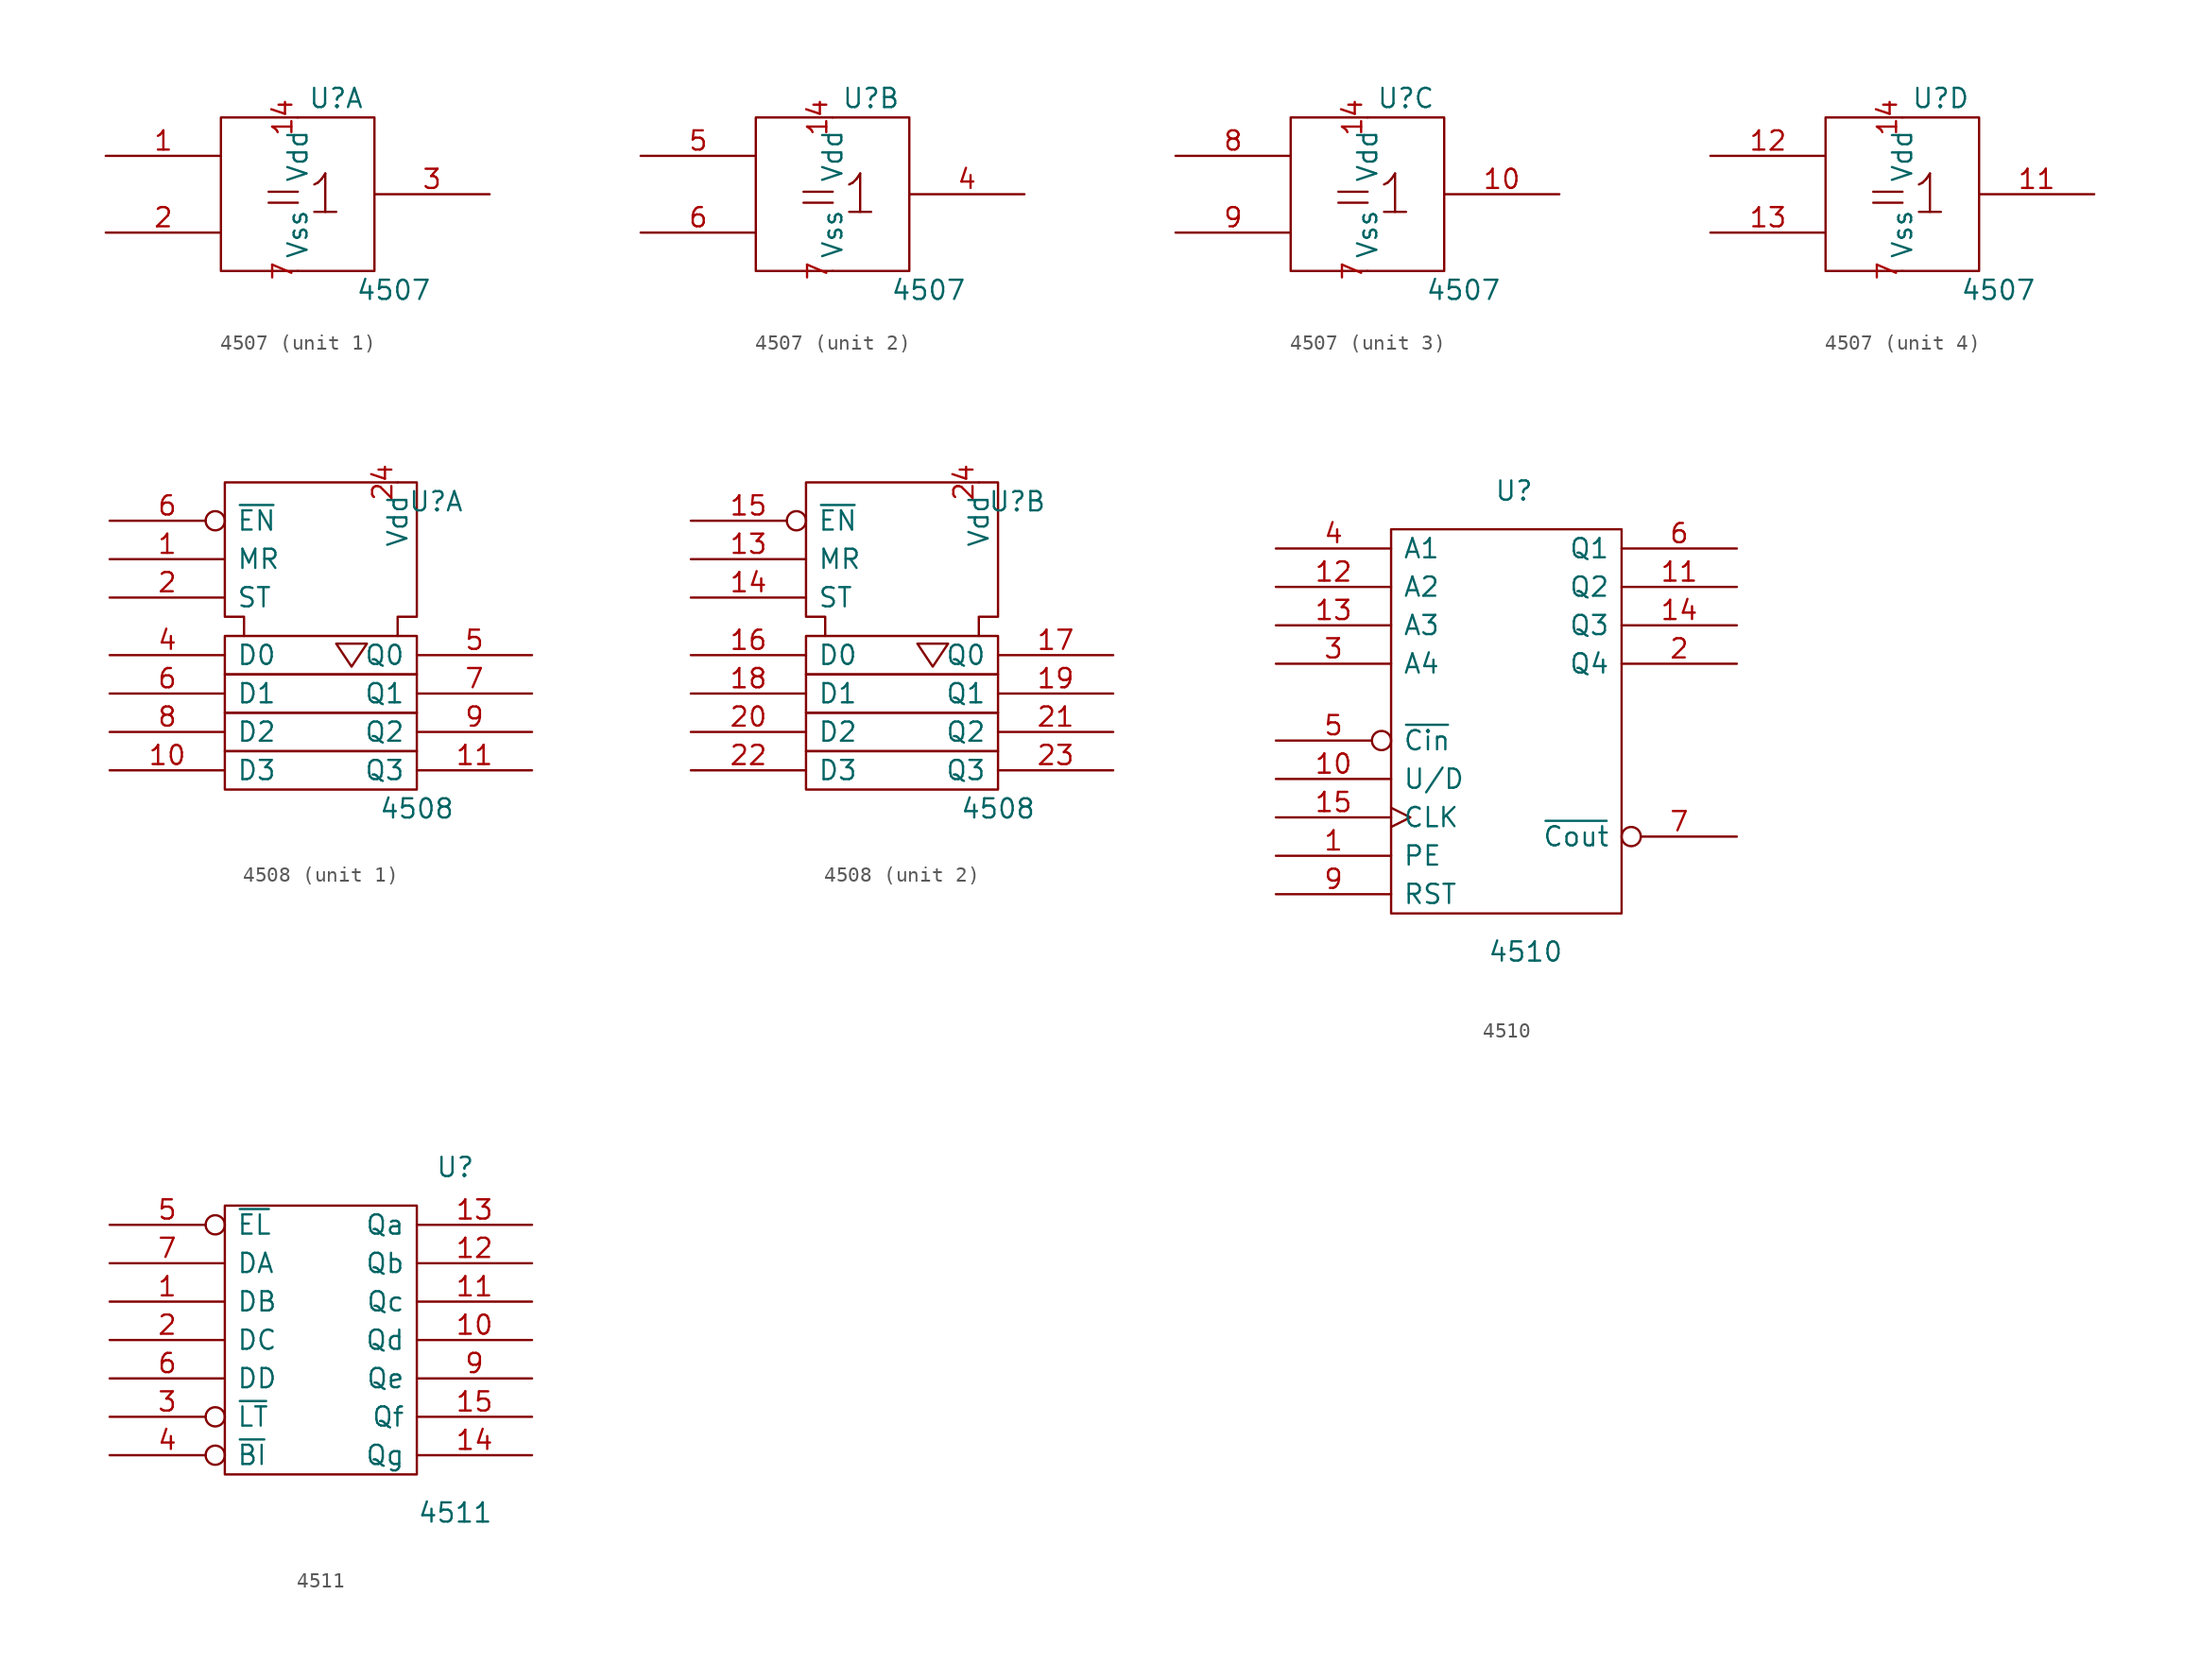
<source format=kicad_sym>
(kicad_symbol_lib
  (version 20201005)
  (generator kicad_symbol_editor)
  (symbol "4xxx_IEEE:4507"
    (pin_names
      (offset 0.762))
    (property "Reference" "U"
      (at 2.54 6.35 0)
      (effects (font (size 1.27 1.27))))
    (property "Value" "4507"
      (at 6.35 -6.35 0)
      (effects (font (size 1.27 1.27))))
    (symbol "4507_0_0"
      (text "=1" (at 0.254 0 0) (effects (font (size 2.54 2.54))))
      (rectangle (start -5.08 5.08) (end 5.08 -5.08) (stroke (width 0)) (fill (type none)))
      (pin power_in line (at 0 5.08 270) (length 0) (name "Vdd" (effects (font (size 1.27 1.27)))) (number "14" (effects (font (size 1.27 1.27)))))
      (pin power_in line (at 0 -5.08 90) (length 0) (name "Vss" (effects (font (size 1.27 1.27)))) (number "7" (effects (font (size 1.27 1.27))))))
    (symbol "4507_1_1"
      (pin input line (at -12.7 2.54 0) (length 7.62) (name "~" (effects (font (size 1.27 1.27)))) (number "1" (effects (font (size 1.27 1.27)))))
      (pin input line (at -12.7 -2.54 0) (length 7.62) (name "~" (effects (font (size 1.27 1.27)))) (number "2" (effects (font (size 1.27 1.27)))))
      (pin output line (at 12.7 0 180) (length 7.62) (name "~" (effects (font (size 1.27 1.27)))) (number "3" (effects (font (size 1.27 1.27))))))
    (symbol "4507_2_1"
      (pin output line (at 12.7 0 180) (length 7.62) (name "~" (effects (font (size 1.27 1.27)))) (number "4" (effects (font (size 1.27 1.27)))))
      (pin input line (at -12.7 2.54 0) (length 7.62) (name "~" (effects (font (size 1.27 1.27)))) (number "5" (effects (font (size 1.27 1.27)))))
      (pin input line (at -12.7 -2.54 0) (length 7.62) (name "~" (effects (font (size 1.27 1.27)))) (number "6" (effects (font (size 1.27 1.27))))))
    (symbol "4507_3_1"
      (pin output line (at 12.7 0 180) (length 7.62) (name "~" (effects (font (size 1.27 1.27)))) (number "10" (effects (font (size 1.27 1.27)))))
      (pin input line (at -12.7 2.54 0) (length 7.62) (name "~" (effects (font (size 1.27 1.27)))) (number "8" (effects (font (size 1.27 1.27)))))
      (pin input line (at -12.7 -2.54 0) (length 7.62) (name "~" (effects (font (size 1.27 1.27)))) (number "9" (effects (font (size 1.27 1.27))))))
    (symbol "4507_4_1"
      (pin output line (at 12.7 0 180) (length 7.62) (name "~" (effects (font (size 1.27 1.27)))) (number "11" (effects (font (size 1.27 1.27)))))
      (pin input line (at -12.7 2.54 0) (length 7.62) (name "~" (effects (font (size 1.27 1.27)))) (number "12" (effects (font (size 1.27 1.27)))))
      (pin input line (at -12.7 -2.54 0) (length 7.62) (name "~" (effects (font (size 1.27 1.27)))) (number "13" (effects (font (size 1.27 1.27)))))))
  (symbol "4xxx_IEEE:4508"
    (pin_names
      (offset 0.762))
    (property "Reference" "U"
      (at 7.62 8.89 0)
      (effects (font (size 1.27 1.27))))
    (property "Value" "4508"
      (at 6.35 -11.43 0)
      (effects (font (size 1.27 1.27))))
    (symbol "4508_0_1"
      (rectangle (start -6.35 -7.62) (end 6.35 -10.16) (stroke (width 0)) (fill (type none)))
      (rectangle (start -6.35 -5.08) (end 6.35 -7.62) (stroke (width 0)) (fill (type none)))
      (rectangle (start -6.35 -2.54) (end 6.35 -5.08) (stroke (width 0)) (fill (type none)))
      (rectangle (start -6.35 0) (end 6.35 -2.54) (stroke (width 0)) (fill (type none)))
      (polyline (pts (xy 1.016 -0.508) (xy 2.032 -2.032) (xy 3.048 -0.508) (xy 1.016 -0.508) (xy 1.016 -0.508)) (stroke (width 0)) (fill (type none)))
      (polyline (pts (xy -5.08 0) (xy -5.08 1.27) (xy -6.35 1.27) (xy -6.35 10.16) (xy 6.35 10.16) (xy 6.35 1.27) (xy 5.08 1.27) (xy 5.08 0) (xy 5.08 0)) (stroke (width 0)) (fill (type none)))
      (pin power_in line (at 1.27 10.16 270) (length 0) hide (name "Vss" (effects (font (size 1.27 1.27)))) (number "12" (effects (font (size 1.27 1.27)))))
      (pin power_in line (at 5.08 10.16 270) (length 0) (name "Vdd" (effects (font (size 1.27 1.27)))) (number "24" (effects (font (size 1.27 1.27))))))
    (symbol "4508_1_1"
      (pin input line (at -13.97 5.08 0) (length 7.62) (name "MR" (effects (font (size 1.27 1.27)))) (number "1" (effects (font (size 1.27 1.27)))))
      (pin input line (at -13.97 -8.89 0) (length 7.62) (name "D3" (effects (font (size 1.27 1.27)))) (number "10" (effects (font (size 1.27 1.27)))))
      (pin output line (at 13.97 -8.89 180) (length 7.62) (name "Q3" (effects (font (size 1.27 1.27)))) (number "11" (effects (font (size 1.27 1.27)))))
      (pin input line (at -13.97 2.54 0) (length 7.62) (name "ST" (effects (font (size 1.27 1.27)))) (number "2" (effects (font (size 1.27 1.27)))))
      (pin input line (at -13.97 -1.27 0) (length 7.62) (name "D0" (effects (font (size 1.27 1.27)))) (number "4" (effects (font (size 1.27 1.27)))))
      (pin output line (at 13.97 -1.27 180) (length 7.62) (name "Q0" (effects (font (size 1.27 1.27)))) (number "5" (effects (font (size 1.27 1.27)))))
      (pin input line (at -13.97 -3.81 0) (length 7.62) (name "D1" (effects (font (size 1.27 1.27)))) (number "6" (effects (font (size 1.27 1.27)))))
      (pin input inverted (at -13.97 7.62 0) (length 7.62) (name "~EN" (effects (font (size 1.27 1.27)))) (number "6" (effects (font (size 1.27 1.27)))))
      (pin output line (at 13.97 -3.81 180) (length 7.62) (name "Q1" (effects (font (size 1.27 1.27)))) (number "7" (effects (font (size 1.27 1.27)))))
      (pin input line (at -13.97 -6.35 0) (length 7.62) (name "D2" (effects (font (size 1.27 1.27)))) (number "8" (effects (font (size 1.27 1.27)))))
      (pin output line (at 13.97 -6.35 180) (length 7.62) (name "Q2" (effects (font (size 1.27 1.27)))) (number "9" (effects (font (size 1.27 1.27))))))
    (symbol "4508_2_1"
      (pin input line (at -13.97 5.08 0) (length 7.62) (name "MR" (effects (font (size 1.27 1.27)))) (number "13" (effects (font (size 1.27 1.27)))))
      (pin input line (at -13.97 2.54 0) (length 7.62) (name "ST" (effects (font (size 1.27 1.27)))) (number "14" (effects (font (size 1.27 1.27)))))
      (pin input inverted (at -13.97 7.62 0) (length 7.62) (name "~EN" (effects (font (size 1.27 1.27)))) (number "15" (effects (font (size 1.27 1.27)))))
      (pin input line (at -13.97 -1.27 0) (length 7.62) (name "D0" (effects (font (size 1.27 1.27)))) (number "16" (effects (font (size 1.27 1.27)))))
      (pin output line (at 13.97 -1.27 180) (length 7.62) (name "Q0" (effects (font (size 1.27 1.27)))) (number "17" (effects (font (size 1.27 1.27)))))
      (pin input line (at -13.97 -3.81 0) (length 7.62) (name "D1" (effects (font (size 1.27 1.27)))) (number "18" (effects (font (size 1.27 1.27)))))
      (pin output line (at 13.97 -3.81 180) (length 7.62) (name "Q1" (effects (font (size 1.27 1.27)))) (number "19" (effects (font (size 1.27 1.27)))))
      (pin input line (at -13.97 -6.35 0) (length 7.62) (name "D2" (effects (font (size 1.27 1.27)))) (number "20" (effects (font (size 1.27 1.27)))))
      (pin output line (at 13.97 -6.35 180) (length 7.62) (name "Q2" (effects (font (size 1.27 1.27)))) (number "21" (effects (font (size 1.27 1.27)))))
      (pin input line (at -13.97 -8.89 0) (length 7.62) (name "D3" (effects (font (size 1.27 1.27)))) (number "22" (effects (font (size 1.27 1.27)))))
      (pin output line (at 13.97 -8.89 180) (length 7.62) (name "Q3" (effects (font (size 1.27 1.27)))) (number "23" (effects (font (size 1.27 1.27)))))))
  (symbol "4xxx_IEEE:4510"
    (pin_names
      (offset 0.762))
    (property "Reference" "U"
      (at 0.508 15.24 0)
      (effects (font (size 1.27 1.27))))
    (property "Value" "4510"
      (at 1.27 -15.24 0)
      (effects (font (size 1.27 1.27))))
    (symbol "4510_0_1"
      (rectangle (start -7.62 12.7) (end 7.62 -12.7) (stroke (width 0)) (fill (type none))))
    (symbol "4510_1_1"
      (pin input line (at -15.24 -8.89 0) (length 7.62) (name "PE" (effects (font (size 1.27 1.27)))) (number "1" (effects (font (size 1.27 1.27)))))
      (pin input line (at -15.24 -3.81 0) (length 7.62) (name "U/D" (effects (font (size 1.27 1.27)))) (number "10" (effects (font (size 1.27 1.27)))))
      (pin output line (at 15.24 8.89 180) (length 7.62) (name "Q2" (effects (font (size 1.27 1.27)))) (number "11" (effects (font (size 1.27 1.27)))))
      (pin input line (at -15.24 8.89 0) (length 7.62) (name "A2" (effects (font (size 1.27 1.27)))) (number "12" (effects (font (size 1.27 1.27)))))
      (pin input line (at -15.24 6.35 0) (length 7.62) (name "A3" (effects (font (size 1.27 1.27)))) (number "13" (effects (font (size 1.27 1.27)))))
      (pin output line (at 15.24 6.35 180) (length 7.62) (name "Q3" (effects (font (size 1.27 1.27)))) (number "14" (effects (font (size 1.27 1.27)))))
      (pin input clock (at -15.24 -6.35 0) (length 7.62) (name "CLK" (effects (font (size 1.27 1.27)))) (number "15" (effects (font (size 1.27 1.27)))))
      (pin power_in line (at 0 12.7 270) (length 0) hide (name "Vdd" (effects (font (size 1.27 1.27)))) (number "16" (effects (font (size 1.27 1.27)))))
      (pin output line (at 15.24 3.81 180) (length 7.62) (name "Q4" (effects (font (size 1.27 1.27)))) (number "2" (effects (font (size 1.27 1.27)))))
      (pin input line (at -15.24 3.81 0) (length 7.62) (name "A4" (effects (font (size 1.27 1.27)))) (number "3" (effects (font (size 1.27 1.27)))))
      (pin input line (at -15.24 11.43 0) (length 7.62) (name "A1" (effects (font (size 1.27 1.27)))) (number "4" (effects (font (size 1.27 1.27)))))
      (pin input inverted (at -15.24 -1.27 0) (length 7.62) (name "~Cin" (effects (font (size 1.27 1.27)))) (number "5" (effects (font (size 1.27 1.27)))))
      (pin output line (at 15.24 11.43 180) (length 7.62) (name "Q1" (effects (font (size 1.27 1.27)))) (number "6" (effects (font (size 1.27 1.27)))))
      (pin output inverted (at 15.24 -7.62 180) (length 7.62) (name "~Cout" (effects (font (size 1.27 1.27)))) (number "7" (effects (font (size 1.27 1.27)))))
      (pin power_in line (at 0 -12.7 90) (length 0) hide (name "Vss" (effects (font (size 1.27 1.27)))) (number "8" (effects (font (size 1.27 1.27)))))
      (pin input line (at -15.24 -11.43 0) (length 7.62) (name "RST" (effects (font (size 1.27 1.27)))) (number "9" (effects (font (size 1.27 1.27)))))))
  (symbol "4xxx_IEEE:4511"
    (pin_names
      (offset 0.762))
    (property "Reference" "U"
      (at 8.89 11.43 0)
      (effects (font (size 1.27 1.27))))
    (property "Value" "4511"
      (at 8.89 -11.43 0)
      (effects (font (size 1.27 1.27))))
    (symbol "4511_0_1"
      (rectangle (start -6.35 8.89) (end 6.35 -8.89) (stroke (width 0)) (fill (type none))))
    (symbol "4511_1_1"
      (pin input line (at -13.97 2.54 0) (length 7.62) (name "DB" (effects (font (size 1.27 1.27)))) (number "1" (effects (font (size 1.27 1.27)))))
      (pin output line (at 13.97 0 180) (length 7.62) (name "Qd" (effects (font (size 1.27 1.27)))) (number "10" (effects (font (size 1.27 1.27)))))
      (pin output line (at 13.97 2.54 180) (length 7.62) (name "Qc" (effects (font (size 1.27 1.27)))) (number "11" (effects (font (size 1.27 1.27)))))
      (pin output line (at 13.97 5.08 180) (length 7.62) (name "Qb" (effects (font (size 1.27 1.27)))) (number "12" (effects (font (size 1.27 1.27)))))
      (pin output line (at 13.97 7.62 180) (length 7.62) (name "Qa" (effects (font (size 1.27 1.27)))) (number "13" (effects (font (size 1.27 1.27)))))
      (pin output line (at 13.97 -7.62 180) (length 7.62) (name "Qg" (effects (font (size 1.27 1.27)))) (number "14" (effects (font (size 1.27 1.27)))))
      (pin output line (at 13.97 -5.08 180) (length 7.62) (name "Qf" (effects (font (size 1.27 1.27)))) (number "15" (effects (font (size 1.27 1.27)))))
      (pin power_in line (at 0 8.89 270) (length 0) hide (name "Vdd" (effects (font (size 1.27 1.27)))) (number "16" (effects (font (size 1.27 1.27)))))
      (pin input line (at -13.97 0 0) (length 7.62) (name "DC" (effects (font (size 1.27 1.27)))) (number "2" (effects (font (size 1.27 1.27)))))
      (pin input inverted (at -13.97 -5.08 0) (length 7.62) (name "~LT" (effects (font (size 1.27 1.27)))) (number "3" (effects (font (size 1.27 1.27)))))
      (pin input inverted (at -13.97 -7.62 0) (length 7.62) (name "~BI" (effects (font (size 1.27 1.27)))) (number "4" (effects (font (size 1.27 1.27)))))
      (pin input inverted (at -13.97 7.62 0) (length 7.62) (name "~EL" (effects (font (size 1.27 1.27)))) (number "5" (effects (font (size 1.27 1.27)))))
      (pin input line (at -13.97 -2.54 0) (length 7.62) (name "DD" (effects (font (size 1.27 1.27)))) (number "6" (effects (font (size 1.27 1.27)))))
      (pin input line (at -13.97 5.08 0) (length 7.62) (name "DA" (effects (font (size 1.27 1.27)))) (number "7" (effects (font (size 1.27 1.27)))))
      (pin power_in line (at 0 -8.89 90) (length 0) hide (name "Vss" (effects (font (size 1.27 1.27)))) (number "8" (effects (font (size 1.27 1.27)))))
      (pin output line (at 13.97 -2.54 180) (length 7.62) (name "Qe" (effects (font (size 1.27 1.27)))) (number "9" (effects (font (size 1.27 1.27))))))))
</source>
